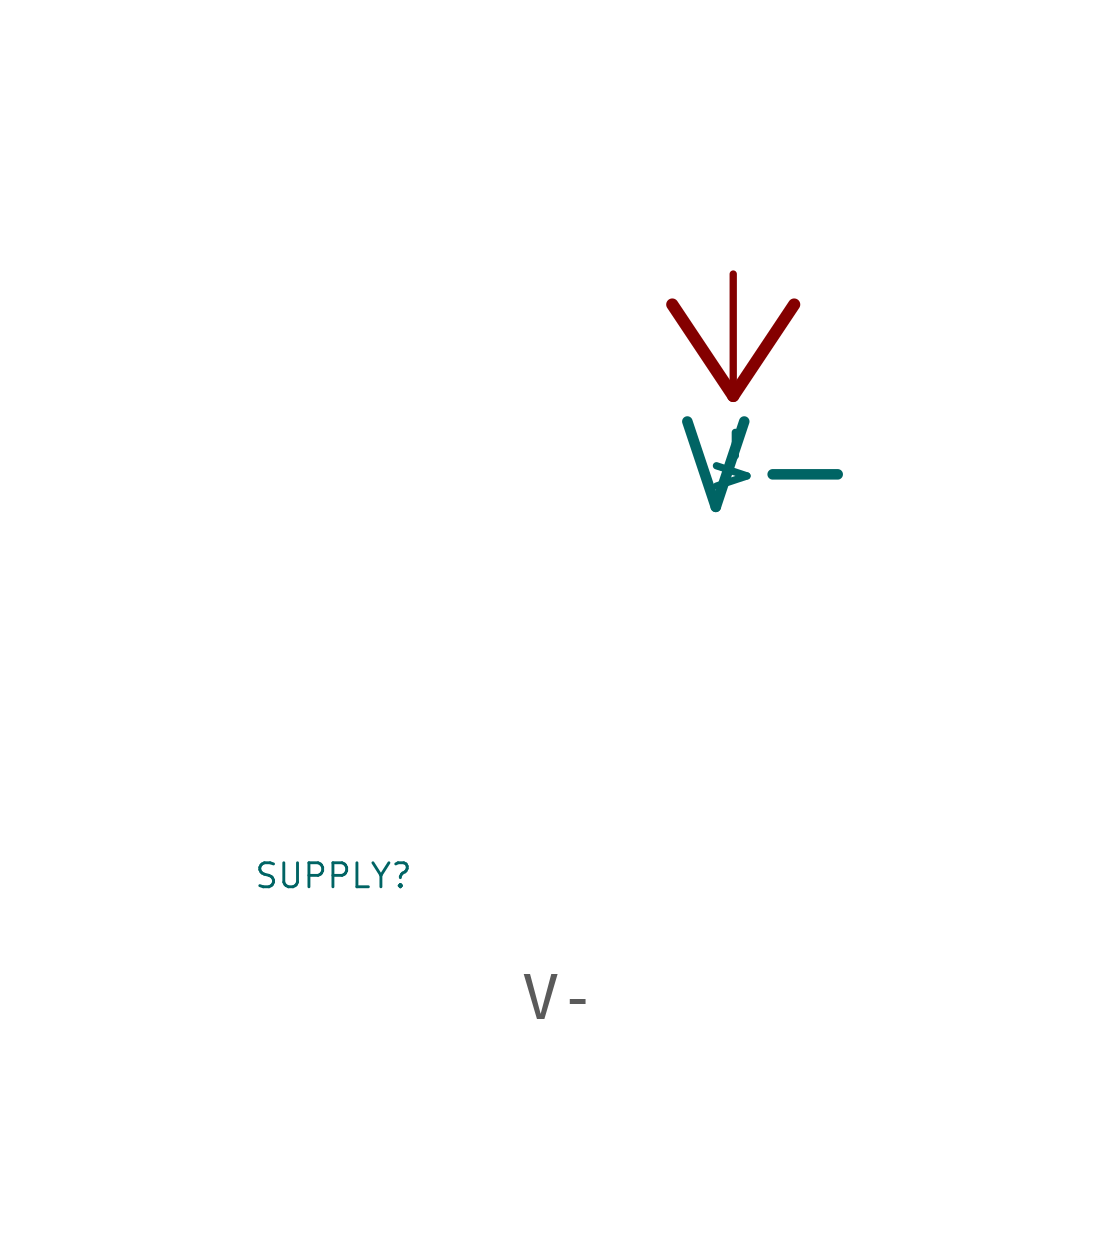
<source format=kicad_sym>
(kicad_symbol_lib
  (version 20220914)
  (generator Eagle2Kicad)
  (symbol "V-"
    (property "Reference" "SUPPLY"
      (at -10 -10 0)
      (effects (font (size 0.5 0.5) (thickness 0.06)) (justify left)))
    (property "Value" "V-"
      (at -1.27 -2.54 0)
      (effects (font (size 1.778 1.778) (thickness 0.22)) (justify left bottom)))
    (polyline
      (pts (xy -1.27 1.905) (xy 0 0))
      (stroke (width 0.254) (type default))
      (fill (type none)))
    (polyline
      (pts (xy 0 0) (xy 1.27 1.905))
      (stroke (width 0.254) (type default))
      (fill (type none)))
    (pin unspecified line
      (at 0 2.54 270)
      (length 2.54)
      (name "V-" (effects (font (size 0.635 0.635) (thickness 0.08)) (justify left bottom)))
      (number "" (effects (font (size 0.635 0.635) (thickness 0.08)) (justify left bottom))))))
</source>
